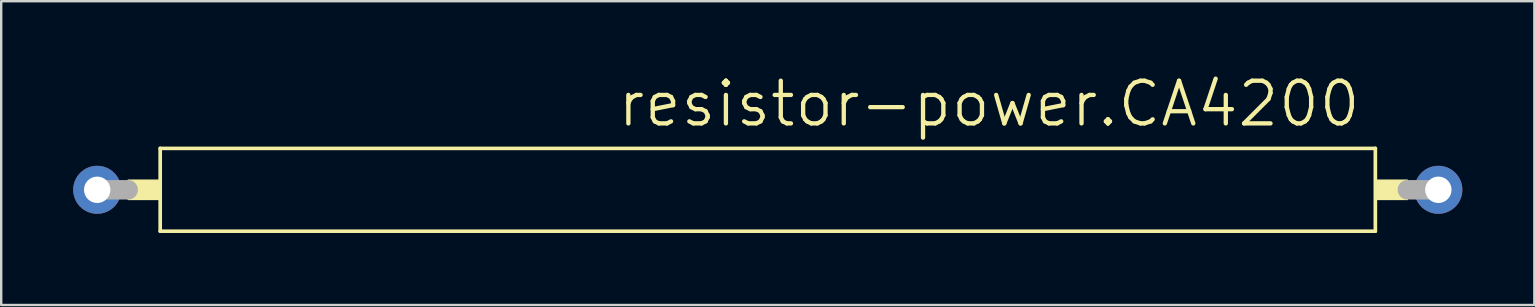
<source format=kicad_pcb>
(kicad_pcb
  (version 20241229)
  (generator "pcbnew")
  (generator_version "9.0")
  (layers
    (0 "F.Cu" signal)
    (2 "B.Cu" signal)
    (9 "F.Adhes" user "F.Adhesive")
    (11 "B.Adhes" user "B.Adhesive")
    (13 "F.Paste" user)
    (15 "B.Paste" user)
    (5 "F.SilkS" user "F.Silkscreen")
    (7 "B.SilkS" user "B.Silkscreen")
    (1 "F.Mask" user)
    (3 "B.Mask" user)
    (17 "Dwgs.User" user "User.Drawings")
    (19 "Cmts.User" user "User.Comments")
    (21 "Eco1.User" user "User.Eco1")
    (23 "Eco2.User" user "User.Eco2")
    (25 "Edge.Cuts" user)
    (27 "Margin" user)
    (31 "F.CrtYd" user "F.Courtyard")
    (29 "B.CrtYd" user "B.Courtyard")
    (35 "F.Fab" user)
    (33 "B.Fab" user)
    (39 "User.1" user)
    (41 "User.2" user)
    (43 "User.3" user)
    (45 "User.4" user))
  (footprint "resistor-power.CA4200"
    (layer "F.Cu")
    (at 28.94 4.858)
    (property "Reference" "resistor-power.CA4200" (at -6.35 -2.54 0) (layer "F.SilkS") (effects (font (size 1.778 1.778) (thickness 0.18)) (justify left bottom)))
    (attr through_hole)
    (fp_line (start -25.315 -1.725) (end -25.315 1.725) (stroke (width 0.152) (type default)) (layer "F.SilkS"))
    (fp_line (start -25.315 1.725) (end 25.315 1.725) (stroke (width 0.152) (type default)) (layer "F.SilkS"))
    (fp_line (start 25.315 -1.725) (end -25.315 -1.725) (stroke (width 0.152) (type default)) (layer "F.SilkS"))
    (fp_line (start 25.315 1.725) (end 25.315 -1.725) (stroke (width 0.152) (type default)) (layer "F.SilkS"))
    (fp_rect (start -26.65 0.406) (end -25.38 -0.406) (stroke (width 0.05) (type default)) (fill yes) (layer "F.SilkS"))
    (fp_rect (start 25.38 0.406) (end 26.65 -0.406) (stroke (width 0.05) (type default)) (fill yes) (layer "F.SilkS"))
    (fp_line (start -27.94 0) (end -26.65 0) (stroke (width 0.813) (type default)) (layer "F.Fab"))
    (fp_line (start 26.65 0) (end 27.94 0) (stroke (width 0.813) (type default)) (layer "F.Fab"))
    (pad "1" thru_hole circle (at -27.94 0) (size 2 2) (drill 1.1) (layers "*.Cu" "*.Mask"))
    (pad "2" thru_hole circle (at 27.94 0) (size 2 2) (drill 1.1) (layers "*.Cu" "*.Mask")))
  (gr_rect
    (start -3 -3)
    (end 60.88 9.659)
    (stroke (width 0.1) (type default))
    (fill no)
    (layer "Edge.Cuts")))
</source>
